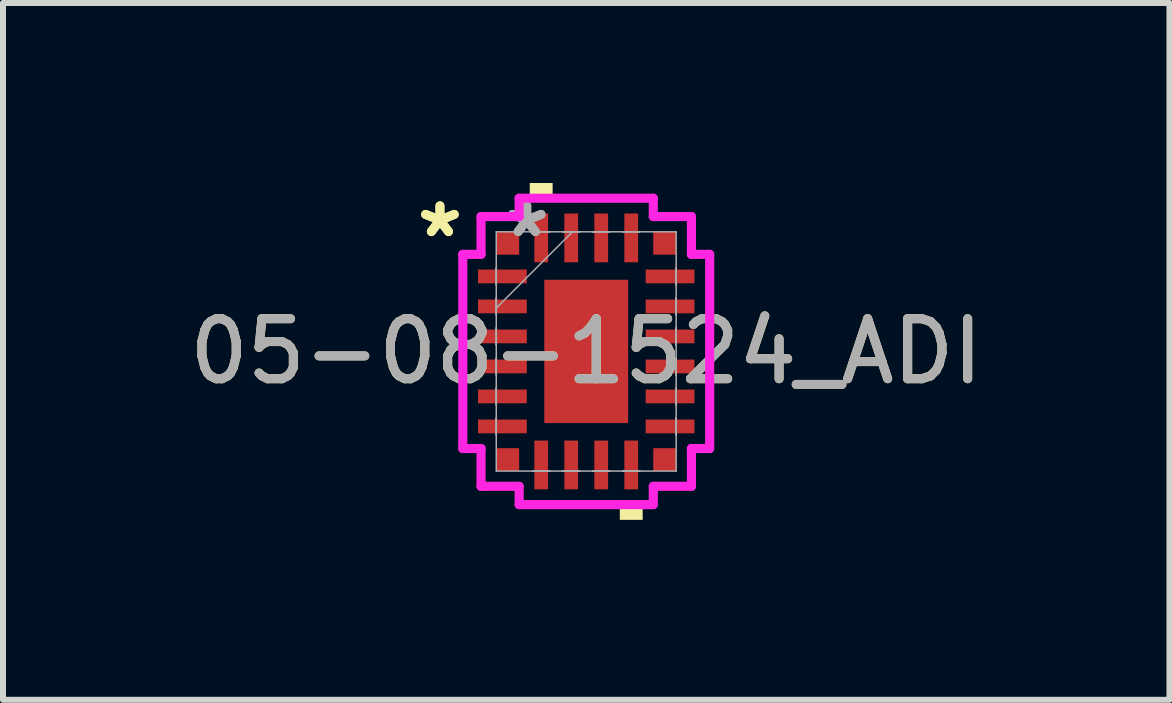
<source format=kicad_pcb>
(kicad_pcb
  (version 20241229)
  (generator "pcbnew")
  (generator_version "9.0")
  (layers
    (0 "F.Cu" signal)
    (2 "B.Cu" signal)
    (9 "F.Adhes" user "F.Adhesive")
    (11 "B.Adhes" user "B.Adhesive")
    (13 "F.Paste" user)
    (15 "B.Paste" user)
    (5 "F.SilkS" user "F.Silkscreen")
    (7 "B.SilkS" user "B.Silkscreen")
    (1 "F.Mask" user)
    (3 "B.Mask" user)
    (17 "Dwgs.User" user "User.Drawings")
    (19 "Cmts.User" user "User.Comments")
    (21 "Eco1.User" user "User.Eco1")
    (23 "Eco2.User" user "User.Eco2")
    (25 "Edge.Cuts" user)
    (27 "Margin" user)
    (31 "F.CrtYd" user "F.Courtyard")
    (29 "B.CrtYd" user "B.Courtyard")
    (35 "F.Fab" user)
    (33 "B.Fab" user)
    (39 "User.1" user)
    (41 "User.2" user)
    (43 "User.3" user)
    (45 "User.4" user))
  (footprint "05-08-1524_ADI"
    (layer "F.Cu")
    (at 6.72 2.807)
    (property "Reference" "05-08-1524_ADI" (at 0 0 0) (unlocked yes) (layer "F.SilkS") (effects (font (size 1 1) (thickness 0.15))))
    (attr smd)
    (fp_poly (pts (xy -0.941 -2.553) (xy -0.941 -2.807) (xy -0.56 -2.807) (xy -0.56 -2.553)) (stroke (width 0) (type solid)) (fill yes) (layer "F.SilkS"))
    (fp_poly (pts (xy 0.56 2.553) (xy 0.56 2.807) (xy 0.941 2.807) (xy 0.941 2.553)) (stroke (width 0) (type solid)) (fill yes) (layer "F.SilkS"))
    (fp_line (start -2.057 -1.618) (end -1.753 -1.618) (stroke (width 0.152) (type solid)) (layer "F.CrtYd"))
    (fp_line (start -2.057 1.618) (end -2.057 -1.618) (stroke (width 0.152) (type solid)) (layer "F.CrtYd"))
    (fp_line (start -2.057 1.618) (end -1.753 1.618) (stroke (width 0.152) (type solid)) (layer "F.CrtYd"))
    (fp_line (start -1.753 -2.248) (end -1.118 -2.248) (stroke (width 0.152) (type solid)) (layer "F.CrtYd"))
    (fp_line (start -1.753 -1.618) (end -1.753 -2.248) (stroke (width 0.152) (type solid)) (layer "F.CrtYd"))
    (fp_line (start -1.753 2.248) (end -1.753 1.618) (stroke (width 0.152) (type solid)) (layer "F.CrtYd"))
    (fp_line (start -1.118 -2.553) (end 1.118 -2.553) (stroke (width 0.152) (type solid)) (layer "F.CrtYd"))
    (fp_line (start -1.118 -2.248) (end -1.118 -2.553) (stroke (width 0.152) (type solid)) (layer "F.CrtYd"))
    (fp_line (start -1.118 2.248) (end -1.753 2.248) (stroke (width 0.152) (type solid)) (layer "F.CrtYd"))
    (fp_line (start -1.118 2.553) (end -1.118 2.248) (stroke (width 0.152) (type solid)) (layer "F.CrtYd"))
    (fp_line (start 1.118 -2.553) (end 1.118 -2.248) (stroke (width 0.152) (type solid)) (layer "F.CrtYd"))
    (fp_line (start 1.118 -2.248) (end 1.753 -2.248) (stroke (width 0.152) (type solid)) (layer "F.CrtYd"))
    (fp_line (start 1.118 2.248) (end 1.118 2.553) (stroke (width 0.152) (type solid)) (layer "F.CrtYd"))
    (fp_line (start 1.118 2.553) (end -1.118 2.553) (stroke (width 0.152) (type solid)) (layer "F.CrtYd"))
    (fp_line (start 1.753 -2.248) (end 1.753 -1.618) (stroke (width 0.152) (type solid)) (layer "F.CrtYd"))
    (fp_line (start 1.753 -1.618) (end 2.057 -1.618) (stroke (width 0.152) (type solid)) (layer "F.CrtYd"))
    (fp_line (start 1.753 1.618) (end 1.753 2.248) (stroke (width 0.152) (type solid)) (layer "F.CrtYd"))
    (fp_line (start 1.753 2.248) (end 1.118 2.248) (stroke (width 0.152) (type solid)) (layer "F.CrtYd"))
    (fp_line (start 2.057 -1.618) (end 2.057 1.618) (stroke (width 0.152) (type solid)) (layer "F.CrtYd"))
    (fp_line (start 2.057 1.618) (end 1.753 1.618) (stroke (width 0.152) (type solid)) (layer "F.CrtYd"))
    (fp_line (start -1.499 -1.994) (end -1.499 1.994) (stroke (width 0.025) (type solid)) (layer "F.Fab"))
    (fp_line (start -1.499 -1.39) (end -1.499 -1.39) (stroke (width 0.025) (type solid)) (layer "F.Fab"))
    (fp_line (start -1.499 -1.39) (end -1.499 -1.11) (stroke (width 0.025) (type solid)) (layer "F.Fab"))
    (fp_line (start -1.499 -1.11) (end -1.499 -1.39) (stroke (width 0.025) (type solid)) (layer "F.Fab"))
    (fp_line (start -1.499 -1.11) (end -1.499 -1.11) (stroke (width 0.025) (type solid)) (layer "F.Fab"))
    (fp_line (start -1.499 -0.89) (end -1.499 -0.89) (stroke (width 0.025) (type solid)) (layer "F.Fab"))
    (fp_line (start -1.499 -0.89) (end -1.499 -0.61) (stroke (width 0.025) (type solid)) (layer "F.Fab"))
    (fp_line (start -1.499 -0.724) (end -0.229 -1.994) (stroke (width 0.025) (type solid)) (layer "F.Fab"))
    (fp_line (start -1.499 -0.61) (end -1.499 -0.89) (stroke (width 0.025) (type solid)) (layer "F.Fab"))
    (fp_line (start -1.499 -0.61) (end -1.499 -0.61) (stroke (width 0.025) (type solid)) (layer "F.Fab"))
    (fp_line (start -1.499 -0.39) (end -1.499 -0.39) (stroke (width 0.025) (type solid)) (layer "F.Fab"))
    (fp_line (start -1.499 -0.39) (end -1.499 -0.11) (stroke (width 0.025) (type solid)) (layer "F.Fab"))
    (fp_line (start -1.499 -0.11) (end -1.499 -0.39) (stroke (width 0.025) (type solid)) (layer "F.Fab"))
    (fp_line (start -1.499 -0.11) (end -1.499 -0.11) (stroke (width 0.025) (type solid)) (layer "F.Fab"))
    (fp_line (start -1.499 0.11) (end -1.499 0.11) (stroke (width 0.025) (type solid)) (layer "F.Fab"))
    (fp_line (start -1.499 0.11) (end -1.499 0.39) (stroke (width 0.025) (type solid)) (layer "F.Fab"))
    (fp_line (start -1.499 0.39) (end -1.499 0.11) (stroke (width 0.025) (type solid)) (layer "F.Fab"))
    (fp_line (start -1.499 0.39) (end -1.499 0.39) (stroke (width 0.025) (type solid)) (layer "F.Fab"))
    (fp_line (start -1.499 0.61) (end -1.499 0.61) (stroke (width 0.025) (type solid)) (layer "F.Fab"))
    (fp_line (start -1.499 0.61) (end -1.499 0.89) (stroke (width 0.025) (type solid)) (layer "F.Fab"))
    (fp_line (start -1.499 0.89) (end -1.499 0.61) (stroke (width 0.025) (type solid)) (layer "F.Fab"))
    (fp_line (start -1.499 0.89) (end -1.499 0.89) (stroke (width 0.025) (type solid)) (layer "F.Fab"))
    (fp_line (start -1.499 1.11) (end -1.499 1.11) (stroke (width 0.025) (type solid)) (layer "F.Fab"))
    (fp_line (start -1.499 1.11) (end -1.499 1.39) (stroke (width 0.025) (type solid)) (layer "F.Fab"))
    (fp_line (start -1.499 1.39) (end -1.499 1.11) (stroke (width 0.025) (type solid)) (layer "F.Fab"))
    (fp_line (start -1.499 1.39) (end -1.499 1.39) (stroke (width 0.025) (type solid)) (layer "F.Fab"))
    (fp_line (start -1.499 1.994) (end 1.499 1.994) (stroke (width 0.025) (type solid)) (layer "F.Fab"))
    (fp_line (start -0.89 -1.994) (end -0.89 -1.994) (stroke (width 0.025) (type solid)) (layer "F.Fab"))
    (fp_line (start -0.89 -1.994) (end -0.61 -1.994) (stroke (width 0.025) (type solid)) (layer "F.Fab"))
    (fp_line (start -0.89 1.994) (end -0.89 1.994) (stroke (width 0.025) (type solid)) (layer "F.Fab"))
    (fp_line (start -0.89 1.994) (end -0.61 1.994) (stroke (width 0.025) (type solid)) (layer "F.Fab"))
    (fp_line (start -0.61 -1.994) (end -0.89 -1.994) (stroke (width 0.025) (type solid)) (layer "F.Fab"))
    (fp_line (start -0.61 -1.994) (end -0.61 -1.994) (stroke (width 0.025) (type solid)) (layer "F.Fab"))
    (fp_line (start -0.61 1.994) (end -0.89 1.994) (stroke (width 0.025) (type solid)) (layer "F.Fab"))
    (fp_line (start -0.61 1.994) (end -0.61 1.994) (stroke (width 0.025) (type solid)) (layer "F.Fab"))
    (fp_line (start -0.39 -1.994) (end -0.39 -1.994) (stroke (width 0.025) (type solid)) (layer "F.Fab"))
    (fp_line (start -0.39 -1.994) (end -0.11 -1.994) (stroke (width 0.025) (type solid)) (layer "F.Fab"))
    (fp_line (start -0.39 1.994) (end -0.39 1.994) (stroke (width 0.025) (type solid)) (layer "F.Fab"))
    (fp_line (start -0.39 1.994) (end -0.11 1.994) (stroke (width 0.025) (type solid)) (layer "F.Fab"))
    (fp_line (start -0.11 -1.994) (end -0.39 -1.994) (stroke (width 0.025) (type solid)) (layer "F.Fab"))
    (fp_line (start -0.11 -1.994) (end -0.11 -1.994) (stroke (width 0.025) (type solid)) (layer "F.Fab"))
    (fp_line (start -0.11 1.994) (end -0.39 1.994) (stroke (width 0.025) (type solid)) (layer "F.Fab"))
    (fp_line (start -0.11 1.994) (end -0.11 1.994) (stroke (width 0.025) (type solid)) (layer "F.Fab"))
    (fp_line (start 0.11 -1.994) (end 0.11 -1.994) (stroke (width 0.025) (type solid)) (layer "F.Fab"))
    (fp_line (start 0.11 -1.994) (end 0.39 -1.994) (stroke (width 0.025) (type solid)) (layer "F.Fab"))
    (fp_line (start 0.11 1.994) (end 0.11 1.994) (stroke (width 0.025) (type solid)) (layer "F.Fab"))
    (fp_line (start 0.11 1.994) (end 0.39 1.994) (stroke (width 0.025) (type solid)) (layer "F.Fab"))
    (fp_line (start 0.39 -1.994) (end 0.11 -1.994) (stroke (width 0.025) (type solid)) (layer "F.Fab"))
    (fp_line (start 0.39 -1.994) (end 0.39 -1.994) (stroke (width 0.025) (type solid)) (layer "F.Fab"))
    (fp_line (start 0.39 1.994) (end 0.11 1.994) (stroke (width 0.025) (type solid)) (layer "F.Fab"))
    (fp_line (start 0.39 1.994) (end 0.39 1.994) (stroke (width 0.025) (type solid)) (layer "F.Fab"))
    (fp_line (start 0.61 -1.994) (end 0.61 -1.994) (stroke (width 0.025) (type solid)) (layer "F.Fab"))
    (fp_line (start 0.61 -1.994) (end 0.89 -1.994) (stroke (width 0.025) (type solid)) (layer "F.Fab"))
    (fp_line (start 0.61 1.994) (end 0.61 1.994) (stroke (width 0.025) (type solid)) (layer "F.Fab"))
    (fp_line (start 0.61 1.994) (end 0.89 1.994) (stroke (width 0.025) (type solid)) (layer "F.Fab"))
    (fp_line (start 0.89 -1.994) (end 0.61 -1.994) (stroke (width 0.025) (type solid)) (layer "F.Fab"))
    (fp_line (start 0.89 -1.994) (end 0.89 -1.994) (stroke (width 0.025) (type solid)) (layer "F.Fab"))
    (fp_line (start 0.89 1.994) (end 0.61 1.994) (stroke (width 0.025) (type solid)) (layer "F.Fab"))
    (fp_line (start 0.89 1.994) (end 0.89 1.994) (stroke (width 0.025) (type solid)) (layer "F.Fab"))
    (fp_line (start 1.499 -1.994) (end -1.499 -1.994) (stroke (width 0.025) (type solid)) (layer "F.Fab"))
    (fp_line (start 1.499 -1.39) (end 1.499 -1.39) (stroke (width 0.025) (type solid)) (layer "F.Fab"))
    (fp_line (start 1.499 -1.39) (end 1.499 -1.11) (stroke (width 0.025) (type solid)) (layer "F.Fab"))
    (fp_line (start 1.499 -1.11) (end 1.499 -1.39) (stroke (width 0.025) (type solid)) (layer "F.Fab"))
    (fp_line (start 1.499 -1.11) (end 1.499 -1.11) (stroke (width 0.025) (type solid)) (layer "F.Fab"))
    (fp_line (start 1.499 -0.89) (end 1.499 -0.89) (stroke (width 0.025) (type solid)) (layer "F.Fab"))
    (fp_line (start 1.499 -0.89) (end 1.499 -0.61) (stroke (width 0.025) (type solid)) (layer "F.Fab"))
    (fp_line (start 1.499 -0.61) (end 1.499 -0.89) (stroke (width 0.025) (type solid)) (layer "F.Fab"))
    (fp_line (start 1.499 -0.61) (end 1.499 -0.61) (stroke (width 0.025) (type solid)) (layer "F.Fab"))
    (fp_line (start 1.499 -0.39) (end 1.499 -0.39) (stroke (width 0.025) (type solid)) (layer "F.Fab"))
    (fp_line (start 1.499 -0.39) (end 1.499 -0.11) (stroke (width 0.025) (type solid)) (layer "F.Fab"))
    (fp_line (start 1.499 -0.11) (end 1.499 -0.39) (stroke (width 0.025) (type solid)) (layer "F.Fab"))
    (fp_line (start 1.499 -0.11) (end 1.499 -0.11) (stroke (width 0.025) (type solid)) (layer "F.Fab"))
    (fp_line (start 1.499 0.11) (end 1.499 0.11) (stroke (width 0.025) (type solid)) (layer "F.Fab"))
    (fp_line (start 1.499 0.11) (end 1.499 0.39) (stroke (width 0.025) (type solid)) (layer "F.Fab"))
    (fp_line (start 1.499 0.39) (end 1.499 0.11) (stroke (width 0.025) (type solid)) (layer "F.Fab"))
    (fp_line (start 1.499 0.39) (end 1.499 0.39) (stroke (width 0.025) (type solid)) (layer "F.Fab"))
    (fp_line (start 1.499 0.61) (end 1.499 0.61) (stroke (width 0.025) (type solid)) (layer "F.Fab"))
    (fp_line (start 1.499 0.61) (end 1.499 0.89) (stroke (width 0.025) (type solid)) (layer "F.Fab"))
    (fp_line (start 1.499 0.89) (end 1.499 0.61) (stroke (width 0.025) (type solid)) (layer "F.Fab"))
    (fp_line (start 1.499 0.89) (end 1.499 0.89) (stroke (width 0.025) (type solid)) (layer "F.Fab"))
    (fp_line (start 1.499 1.11) (end 1.499 1.11) (stroke (width 0.025) (type solid)) (layer "F.Fab"))
    (fp_line (start 1.499 1.11) (end 1.499 1.39) (stroke (width 0.025) (type solid)) (layer "F.Fab"))
    (fp_line (start 1.499 1.39) (end 1.499 1.11) (stroke (width 0.025) (type solid)) (layer "F.Fab"))
    (fp_line (start 1.499 1.39) (end 1.499 1.39) (stroke (width 0.025) (type solid)) (layer "F.Fab"))
    (fp_line (start 1.499 1.994) (end 1.499 -1.994) (stroke (width 0.025) (type solid)) (layer "F.Fab"))
    (fp_text user "*" (at -2.438 -1.881 0) (layer "F.SilkS") (effects (font (size 1 1) (thickness 0.15))))
    (fp_text user "*" (at -2.438 -1.881 0) (unlocked yes) (layer "F.SilkS") (effects (font (size 1 1) (thickness 0.15))))
    (fp_text user "${REFERENCE}" (at 0 0 0) (unlocked yes) (layer "F.Fab") (effects (font (size 1 1) (thickness 0.15))))
    (fp_text user "*" (at -0.991 -1.881 0) (unlocked yes) (layer "F.Fab") (effects (font (size 1 1) (thickness 0.15))))
    (fp_text user "*" (at -0.991 -1.881 0) (layer "F.Fab") (effects (font (size 1 1) (thickness 0.15))))
    (pad "1" smd rect (at -1.397 -1.25 90) (size 0.229 0.813) (layers "F.Cu" "F.Mask" "F.Paste"))
    (pad "2" smd rect (at -1.397 -0.75 90) (size 0.229 0.813) (layers "F.Cu" "F.Mask" "F.Paste"))
    (pad "3" smd rect (at -1.397 -0.25 90) (size 0.229 0.813) (layers "F.Cu" "F.Mask" "F.Paste"))
    (pad "4" smd rect (at -1.397 0.25 90) (size 0.229 0.813) (layers "F.Cu" "F.Mask" "F.Paste"))
    (pad "5" smd rect (at -1.397 0.75 90) (size 0.229 0.813) (layers "F.Cu" "F.Mask" "F.Paste"))
    (pad "6" smd rect (at -1.397 1.25 90) (size 0.229 0.813) (layers "F.Cu" "F.Mask" "F.Paste"))
    (pad "7" smd rect (at -0.75 1.892) (size 0.229 0.813) (layers "F.Cu" "F.Mask" "F.Paste"))
    (pad "8" smd rect (at -0.25 1.892) (size 0.229 0.813) (layers "F.Cu" "F.Mask" "F.Paste"))
    (pad "9" smd rect (at 0.25 1.892) (size 0.229 0.813) (layers "F.Cu" "F.Mask" "F.Paste"))
    (pad "10" smd rect (at 0.75 1.892) (size 0.229 0.813) (layers "F.Cu" "F.Mask" "F.Paste"))
    (pad "11" smd rect (at 1.397 1.25 90) (size 0.229 0.813) (layers "F.Cu" "F.Mask" "F.Paste"))
    (pad "12" smd rect (at 1.397 0.75 90) (size 0.229 0.813) (layers "F.Cu" "F.Mask" "F.Paste"))
    (pad "13" smd rect (at 1.397 0.25 90) (size 0.229 0.813) (layers "F.Cu" "F.Mask" "F.Paste"))
    (pad "14" smd rect (at 1.397 -0.25 90) (size 0.229 0.813) (layers "F.Cu" "F.Mask" "F.Paste"))
    (pad "15" smd rect (at 1.397 -0.75 90) (size 0.229 0.813) (layers "F.Cu" "F.Mask" "F.Paste"))
    (pad "16" smd rect (at 1.397 -1.25 90) (size 0.229 0.813) (layers "F.Cu" "F.Mask" "F.Paste"))
    (pad "17" smd rect (at 0.75 -1.892) (size 0.229 0.813) (layers "F.Cu" "F.Mask" "F.Paste"))
    (pad "18" smd rect (at 0.25 -1.892) (size 0.229 0.813) (layers "F.Cu" "F.Mask" "F.Paste"))
    (pad "19" smd rect (at -0.25 -1.892) (size 0.229 0.813) (layers "F.Cu" "F.Mask" "F.Paste"))
    (pad "20" smd rect (at -0.75 -1.892) (size 0.229 0.813) (layers "F.Cu" "F.Mask" "F.Paste"))
    (pad "21" smd rect (at 0 0) (size 1.397 2.388) (layers "F.Cu" "F.Mask" "F.Paste"))
    (pad "22" smd rect (at -1.308 -1.803) (size 0.381 0.381) (layers "F.Cu" "F.Mask" "F.Paste"))
    (pad "23" smd rect (at -1.308 1.803) (size 0.381 0.381) (layers "F.Cu" "F.Mask" "F.Paste"))
    (pad "24" smd rect (at 1.308 1.803) (size 0.381 0.381) (layers "F.Cu" "F.Mask" "F.Paste"))
    (pad "25" smd rect (at 1.308 -1.803) (size 0.381 0.381) (layers "F.Cu" "F.Mask" "F.Paste")))
  (gr_rect
    (start -3 -3)
    (end 16.44 8.613)
    (stroke (width 0.1) (type default))
    (fill no)
    (layer "Edge.Cuts")))
</source>
